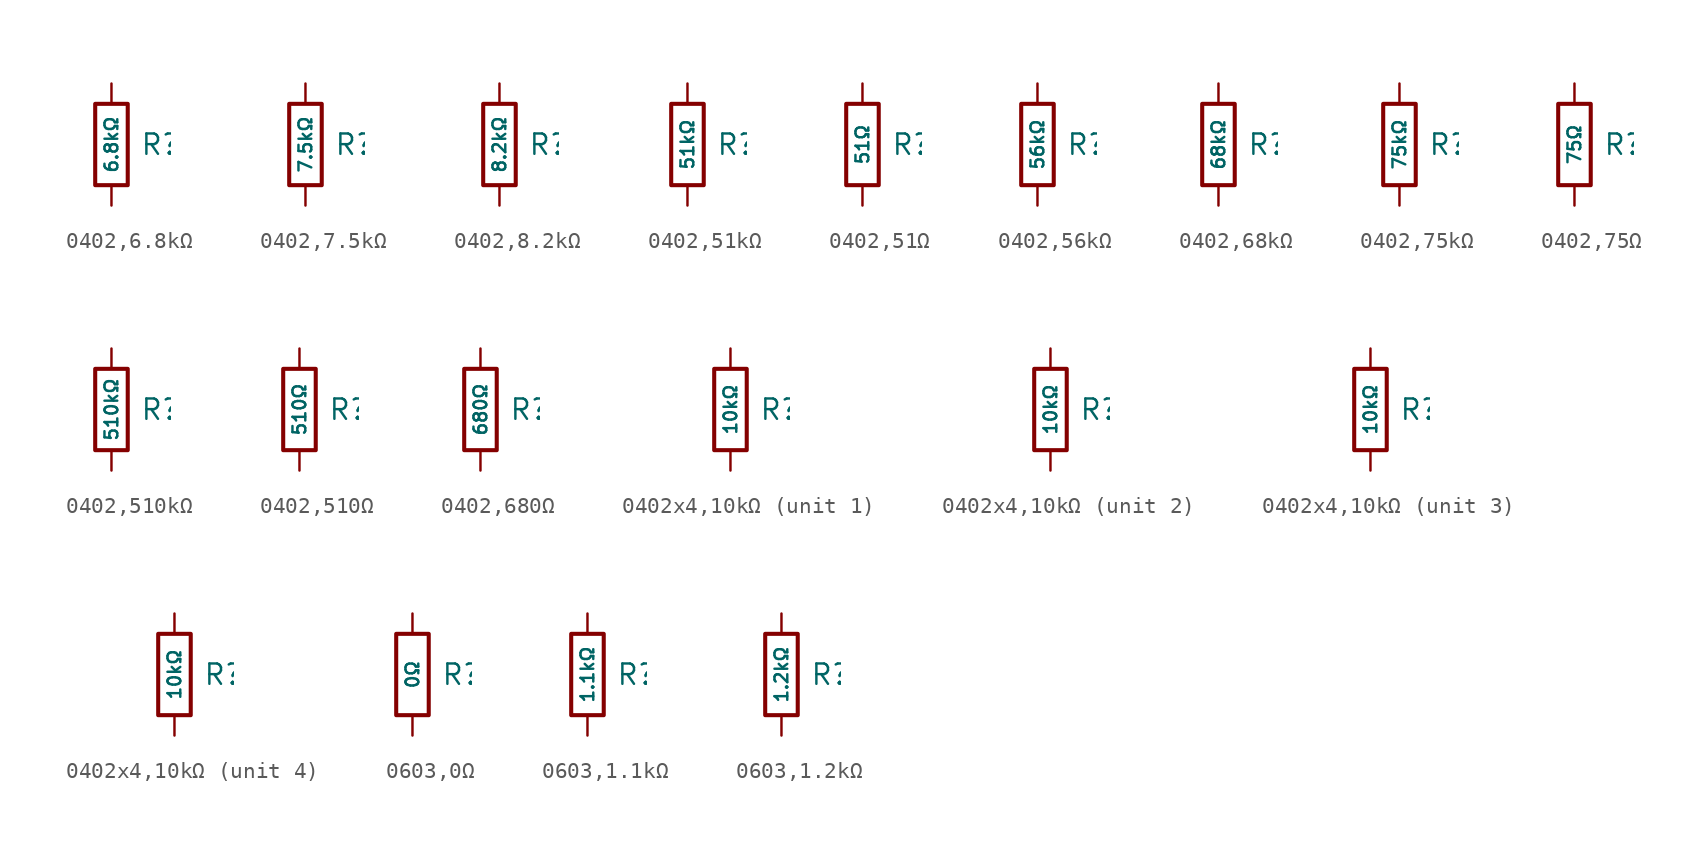
<source format=kicad_sym>
(kicad_symbol_lib
  (version 20231120)
  (generator "CDFER")
  (generator_version "8.0")
  (symbol "0402,6.8kΩ"
    (pin_numbers hide)
    (pin_names
      (offset 0))
    (property "Reference" "R"
      (at 1.778 0 0)
      (effects (font (size 1.27 1.27)) (justify left)))
    (property "Value" "6.8kΩ"
      (at 0 0 90)
      (do_not_autoplace)
      (effects (font (size 0.8 0.8))))
    (symbol "0402,6.8kΩ_0_1"
      (rectangle (start -1.016 2.54) (end 1.016 -2.54) (stroke (width 0.254) (type default)) (fill (type none))))
    (symbol "0402,6.8kΩ_1_1"
      (pin passive line (at 0 3.81 270) (length 1.27) (name "~" (effects (font (size 1.27 1.27)))) (number "1" (effects (font (size 1.27 1.27)))))
      (pin passive line (at 0 -3.81 90) (length 1.27) (name "~" (effects (font (size 1.27 1.27)))) (number "2" (effects (font (size 1.27 1.27)))))))
  (symbol "0402,7.5kΩ"
    (pin_numbers hide)
    (pin_names
      (offset 0))
    (property "Reference" "R"
      (at 1.778 0 0)
      (effects (font (size 1.27 1.27)) (justify left)))
    (property "Value" "7.5kΩ"
      (at 0 0 90)
      (do_not_autoplace)
      (effects (font (size 0.8 0.8))))
    (symbol "0402,7.5kΩ_0_1"
      (rectangle (start -1.016 2.54) (end 1.016 -2.54) (stroke (width 0.254) (type default)) (fill (type none))))
    (symbol "0402,7.5kΩ_1_1"
      (pin passive line (at 0 3.81 270) (length 1.27) (name "~" (effects (font (size 1.27 1.27)))) (number "1" (effects (font (size 1.27 1.27)))))
      (pin passive line (at 0 -3.81 90) (length 1.27) (name "~" (effects (font (size 1.27 1.27)))) (number "2" (effects (font (size 1.27 1.27)))))))
  (symbol "0402,8.2kΩ"
    (pin_numbers hide)
    (pin_names
      (offset 0))
    (property "Reference" "R"
      (at 1.778 0 0)
      (effects (font (size 1.27 1.27)) (justify left)))
    (property "Value" "8.2kΩ"
      (at 0 0 90)
      (do_not_autoplace)
      (effects (font (size 0.8 0.8))))
    (symbol "0402,8.2kΩ_0_1"
      (rectangle (start -1.016 2.54) (end 1.016 -2.54) (stroke (width 0.254) (type default)) (fill (type none))))
    (symbol "0402,8.2kΩ_1_1"
      (pin passive line (at 0 3.81 270) (length 1.27) (name "~" (effects (font (size 1.27 1.27)))) (number "1" (effects (font (size 1.27 1.27)))))
      (pin passive line (at 0 -3.81 90) (length 1.27) (name "~" (effects (font (size 1.27 1.27)))) (number "2" (effects (font (size 1.27 1.27)))))))
  (symbol "0402,51kΩ"
    (pin_numbers hide)
    (pin_names
      (offset 0))
    (property "Reference" "R"
      (at 1.778 0 0)
      (effects (font (size 1.27 1.27)) (justify left)))
    (property "Value" "51kΩ"
      (at 0 0 90)
      (do_not_autoplace)
      (effects (font (size 0.8 0.8))))
    (symbol "0402,51kΩ_0_1"
      (rectangle (start -1.016 2.54) (end 1.016 -2.54) (stroke (width 0.254) (type default)) (fill (type none))))
    (symbol "0402,51kΩ_1_1"
      (pin passive line (at 0 3.81 270) (length 1.27) (name "~" (effects (font (size 1.27 1.27)))) (number "1" (effects (font (size 1.27 1.27)))))
      (pin passive line (at 0 -3.81 90) (length 1.27) (name "~" (effects (font (size 1.27 1.27)))) (number "2" (effects (font (size 1.27 1.27)))))))
  (symbol "0402,51Ω"
    (pin_numbers hide)
    (pin_names
      (offset 0))
    (property "Reference" "R"
      (at 1.778 0 0)
      (effects (font (size 1.27 1.27)) (justify left)))
    (property "Value" "51Ω"
      (at 0 0 90)
      (do_not_autoplace)
      (effects (font (size 0.8 0.8))))
    (symbol "0402,51Ω_0_1"
      (rectangle (start -1.016 2.54) (end 1.016 -2.54) (stroke (width 0.254) (type default)) (fill (type none))))
    (symbol "0402,51Ω_1_1"
      (pin passive line (at 0 3.81 270) (length 1.27) (name "~" (effects (font (size 1.27 1.27)))) (number "1" (effects (font (size 1.27 1.27)))))
      (pin passive line (at 0 -3.81 90) (length 1.27) (name "~" (effects (font (size 1.27 1.27)))) (number "2" (effects (font (size 1.27 1.27)))))))
  (symbol "0402,56kΩ"
    (pin_numbers hide)
    (pin_names
      (offset 0))
    (property "Reference" "R"
      (at 1.778 0 0)
      (effects (font (size 1.27 1.27)) (justify left)))
    (property "Value" "56kΩ"
      (at 0 0 90)
      (do_not_autoplace)
      (effects (font (size 0.8 0.8))))
    (symbol "0402,56kΩ_0_1"
      (rectangle (start -1.016 2.54) (end 1.016 -2.54) (stroke (width 0.254) (type default)) (fill (type none))))
    (symbol "0402,56kΩ_1_1"
      (pin passive line (at 0 3.81 270) (length 1.27) (name "~" (effects (font (size 1.27 1.27)))) (number "1" (effects (font (size 1.27 1.27)))))
      (pin passive line (at 0 -3.81 90) (length 1.27) (name "~" (effects (font (size 1.27 1.27)))) (number "2" (effects (font (size 1.27 1.27)))))))
  (symbol "0402,68kΩ"
    (pin_numbers hide)
    (pin_names
      (offset 0))
    (property "Reference" "R"
      (at 1.778 0 0)
      (effects (font (size 1.27 1.27)) (justify left)))
    (property "Value" "68kΩ"
      (at 0 0 90)
      (do_not_autoplace)
      (effects (font (size 0.8 0.8))))
    (symbol "0402,68kΩ_0_1"
      (rectangle (start -1.016 2.54) (end 1.016 -2.54) (stroke (width 0.254) (type default)) (fill (type none))))
    (symbol "0402,68kΩ_1_1"
      (pin passive line (at 0 3.81 270) (length 1.27) (name "~" (effects (font (size 1.27 1.27)))) (number "1" (effects (font (size 1.27 1.27)))))
      (pin passive line (at 0 -3.81 90) (length 1.27) (name "~" (effects (font (size 1.27 1.27)))) (number "2" (effects (font (size 1.27 1.27)))))))
  (symbol "0402,75kΩ"
    (pin_numbers hide)
    (pin_names
      (offset 0))
    (property "Reference" "R"
      (at 1.778 0 0)
      (effects (font (size 1.27 1.27)) (justify left)))
    (property "Value" "75kΩ"
      (at 0 0 90)
      (do_not_autoplace)
      (effects (font (size 0.8 0.8))))
    (symbol "0402,75kΩ_0_1"
      (rectangle (start -1.016 2.54) (end 1.016 -2.54) (stroke (width 0.254) (type default)) (fill (type none))))
    (symbol "0402,75kΩ_1_1"
      (pin passive line (at 0 3.81 270) (length 1.27) (name "~" (effects (font (size 1.27 1.27)))) (number "1" (effects (font (size 1.27 1.27)))))
      (pin passive line (at 0 -3.81 90) (length 1.27) (name "~" (effects (font (size 1.27 1.27)))) (number "2" (effects (font (size 1.27 1.27)))))))
  (symbol "0402,75Ω"
    (pin_numbers hide)
    (pin_names
      (offset 0))
    (property "Reference" "R"
      (at 1.778 0 0)
      (effects (font (size 1.27 1.27)) (justify left)))
    (property "Value" "75Ω"
      (at 0 0 90)
      (do_not_autoplace)
      (effects (font (size 0.8 0.8))))
    (symbol "0402,75Ω_0_1"
      (rectangle (start -1.016 2.54) (end 1.016 -2.54) (stroke (width 0.254) (type default)) (fill (type none))))
    (symbol "0402,75Ω_1_1"
      (pin passive line (at 0 3.81 270) (length 1.27) (name "~" (effects (font (size 1.27 1.27)))) (number "1" (effects (font (size 1.27 1.27)))))
      (pin passive line (at 0 -3.81 90) (length 1.27) (name "~" (effects (font (size 1.27 1.27)))) (number "2" (effects (font (size 1.27 1.27)))))))
  (symbol "0402,510kΩ"
    (pin_numbers hide)
    (pin_names
      (offset 0))
    (property "Reference" "R"
      (at 1.778 0 0)
      (effects (font (size 1.27 1.27)) (justify left)))
    (property "Value" "510kΩ"
      (at 0 0 90)
      (do_not_autoplace)
      (effects (font (size 0.8 0.8))))
    (symbol "0402,510kΩ_0_1"
      (rectangle (start -1.016 2.54) (end 1.016 -2.54) (stroke (width 0.254) (type default)) (fill (type none))))
    (symbol "0402,510kΩ_1_1"
      (pin passive line (at 0 3.81 270) (length 1.27) (name "~" (effects (font (size 1.27 1.27)))) (number "1" (effects (font (size 1.27 1.27)))))
      (pin passive line (at 0 -3.81 90) (length 1.27) (name "~" (effects (font (size 1.27 1.27)))) (number "2" (effects (font (size 1.27 1.27)))))))
  (symbol "0402,510Ω"
    (pin_numbers hide)
    (pin_names
      (offset 0))
    (property "Reference" "R"
      (at 1.778 0 0)
      (effects (font (size 1.27 1.27)) (justify left)))
    (property "Value" "510Ω"
      (at 0 0 90)
      (do_not_autoplace)
      (effects (font (size 0.8 0.8))))
    (symbol "0402,510Ω_0_1"
      (rectangle (start -1.016 2.54) (end 1.016 -2.54) (stroke (width 0.254) (type default)) (fill (type none))))
    (symbol "0402,510Ω_1_1"
      (pin passive line (at 0 3.81 270) (length 1.27) (name "~" (effects (font (size 1.27 1.27)))) (number "1" (effects (font (size 1.27 1.27)))))
      (pin passive line (at 0 -3.81 90) (length 1.27) (name "~" (effects (font (size 1.27 1.27)))) (number "2" (effects (font (size 1.27 1.27)))))))
  (symbol "0402,680Ω"
    (pin_numbers hide)
    (pin_names
      (offset 0))
    (property "Reference" "R"
      (at 1.778 0 0)
      (effects (font (size 1.27 1.27)) (justify left)))
    (property "Value" "680Ω"
      (at 0 0 90)
      (do_not_autoplace)
      (effects (font (size 0.8 0.8))))
    (symbol "0402,680Ω_0_1"
      (rectangle (start -1.016 2.54) (end 1.016 -2.54) (stroke (width 0.254) (type default)) (fill (type none))))
    (symbol "0402,680Ω_1_1"
      (pin passive line (at 0 3.81 270) (length 1.27) (name "~" (effects (font (size 1.27 1.27)))) (number "1" (effects (font (size 1.27 1.27)))))
      (pin passive line (at 0 -3.81 90) (length 1.27) (name "~" (effects (font (size 1.27 1.27)))) (number "2" (effects (font (size 1.27 1.27)))))))
  (symbol "0402x4,10kΩ"
    (pin_numbers hide)
    (pin_names
      (offset 0))
    (property "Reference" "R"
      (at 1.778 0 0)
      (effects (font (size 1.27 1.27)) (justify left)))
    (property "Value" "10kΩ"
      (at 0 0 90)
      (do_not_autoplace)
      (effects (font (size 0.8 0.8))))
    (symbol "0402x4,10kΩ_0_1"
      (rectangle (start -1.016 2.54) (end 1.016 -2.54) (stroke (width 0.254) (type default)) (fill (type none))))
    (symbol "0402x4,10kΩ_1_1"
      (pin passive line (at 0 3.81 270) (length 1.27) (name "~" (effects (font (size 1.27 1.27)))) (number "1" (effects (font (size 1.27 1.27)))))
      (pin passive line (at 0 -3.81 90) (length 1.27) (name "~" (effects (font (size 1.27 1.27)))) (number "8" (effects (font (size 1.27 1.27))))))
    (symbol "0402x4,10kΩ_2_1"
      (pin passive line (at 0 3.81 270) (length 1.27) (name "~" (effects (font (size 1.27 1.27)))) (number "2" (effects (font (size 1.27 1.27)))))
      (pin passive line (at 0 -3.81 90) (length 1.27) (name "~" (effects (font (size 1.27 1.27)))) (number "7" (effects (font (size 1.27 1.27))))))
    (symbol "0402x4,10kΩ_3_1"
      (pin passive line (at 0 3.81 270) (length 1.27) (name "~" (effects (font (size 1.27 1.27)))) (number "3" (effects (font (size 1.27 1.27)))))
      (pin passive line (at 0 -3.81 90) (length 1.27) (name "~" (effects (font (size 1.27 1.27)))) (number "6" (effects (font (size 1.27 1.27))))))
    (symbol "0402x4,10kΩ_4_1"
      (pin passive line (at 0 3.81 270) (length 1.27) (name "~" (effects (font (size 1.27 1.27)))) (number "4" (effects (font (size 1.27 1.27)))))
      (pin passive line (at 0 -3.81 90) (length 1.27) (name "~" (effects (font (size 1.27 1.27)))) (number "5" (effects (font (size 1.27 1.27)))))))
  (symbol "0603,0Ω"
    (pin_numbers hide)
    (pin_names
      (offset 0))
    (property "Reference" "R"
      (at 1.778 0 0)
      (effects (font (size 1.27 1.27)) (justify left)))
    (property "Value" "0Ω"
      (at 0 0 90)
      (do_not_autoplace)
      (effects (font (size 0.8 0.8))))
    (symbol "0603,0Ω_0_1"
      (rectangle (start -1.016 2.54) (end 1.016 -2.54) (stroke (width 0.254) (type default)) (fill (type none))))
    (symbol "0603,0Ω_1_1"
      (pin passive line (at 0 3.81 270) (length 1.27) (name "~" (effects (font (size 1.27 1.27)))) (number "1" (effects (font (size 1.27 1.27)))))
      (pin passive line (at 0 -3.81 90) (length 1.27) (name "~" (effects (font (size 1.27 1.27)))) (number "2" (effects (font (size 1.27 1.27)))))))
  (symbol "0603,1.1kΩ"
    (pin_numbers hide)
    (pin_names
      (offset 0))
    (property "Reference" "R"
      (at 1.778 0 0)
      (effects (font (size 1.27 1.27)) (justify left)))
    (property "Value" "1.1kΩ"
      (at 0 0 90)
      (do_not_autoplace)
      (effects (font (size 0.8 0.8))))
    (symbol "0603,1.1kΩ_0_1"
      (rectangle (start -1.016 2.54) (end 1.016 -2.54) (stroke (width 0.254) (type default)) (fill (type none))))
    (symbol "0603,1.1kΩ_1_1"
      (pin passive line (at 0 3.81 270) (length 1.27) (name "~" (effects (font (size 1.27 1.27)))) (number "1" (effects (font (size 1.27 1.27)))))
      (pin passive line (at 0 -3.81 90) (length 1.27) (name "~" (effects (font (size 1.27 1.27)))) (number "2" (effects (font (size 1.27 1.27)))))))
  (symbol "0603,1.2kΩ"
    (pin_numbers hide)
    (pin_names
      (offset 0))
    (property "Reference" "R"
      (at 1.778 0 0)
      (effects (font (size 1.27 1.27)) (justify left)))
    (property "Value" "1.2kΩ"
      (at 0 0 90)
      (do_not_autoplace)
      (effects (font (size 0.8 0.8))))
    (symbol "0603,1.2kΩ_0_1"
      (rectangle (start -1.016 2.54) (end 1.016 -2.54) (stroke (width 0.254) (type default)) (fill (type none))))
    (symbol "0603,1.2kΩ_1_1"
      (pin passive line (at 0 3.81 270) (length 1.27) (name "~" (effects (font (size 1.27 1.27)))) (number "1" (effects (font (size 1.27 1.27)))))
      (pin passive line (at 0 -3.81 90) (length 1.27) (name "~" (effects (font (size 1.27 1.27)))) (number "2" (effects (font (size 1.27 1.27))))))))
</source>
